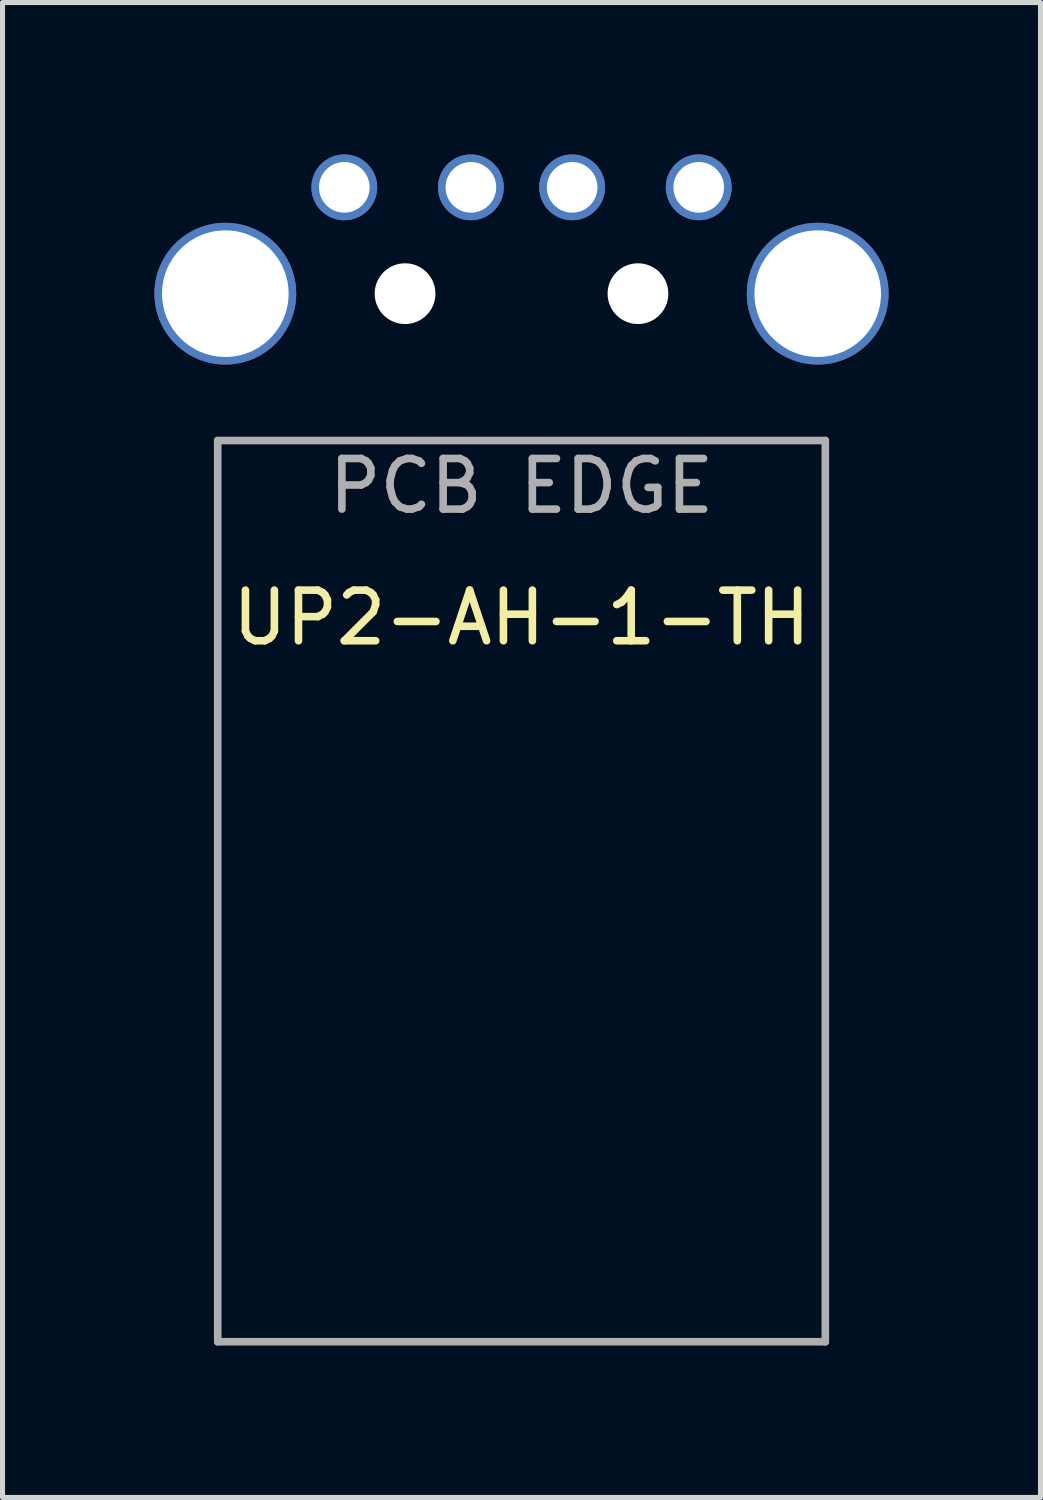
<source format=kicad_pcb>
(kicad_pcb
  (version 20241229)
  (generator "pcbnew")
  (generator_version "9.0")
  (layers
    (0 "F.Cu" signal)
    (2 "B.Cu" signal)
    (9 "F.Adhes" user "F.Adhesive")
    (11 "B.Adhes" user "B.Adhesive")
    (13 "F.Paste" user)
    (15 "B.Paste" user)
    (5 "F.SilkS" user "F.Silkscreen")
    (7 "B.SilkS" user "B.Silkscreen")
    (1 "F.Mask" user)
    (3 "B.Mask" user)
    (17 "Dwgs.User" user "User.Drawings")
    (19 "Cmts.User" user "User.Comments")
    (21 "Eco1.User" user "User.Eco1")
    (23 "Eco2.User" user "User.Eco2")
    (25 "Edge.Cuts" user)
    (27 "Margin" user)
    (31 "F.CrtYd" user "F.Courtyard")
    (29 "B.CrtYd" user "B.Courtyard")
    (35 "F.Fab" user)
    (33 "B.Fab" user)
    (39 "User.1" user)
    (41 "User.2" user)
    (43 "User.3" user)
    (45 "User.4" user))
  (footprint "UP2-AH-1-TH"
    (layer "F.Cu")
    (at 7.25 2.75)
    (property "Reference" "UP2-AH-1-TH" (at 0 6.4 0) (layer "F.SilkS") (effects (font (size 1 1) (thickness 0.15))))
    (attr through_hole)
    (fp_line (start -6 2.9) (end -6 20.7) (stroke (width 0.15) (type solid)) (layer "F.Fab"))
    (fp_line (start -6 2.9) (end 6 2.9) (stroke (width 0.15) (type solid)) (layer "F.Fab"))
    (fp_line (start -6 20.7) (end 6 20.7) (stroke (width 0.15) (type solid)) (layer "F.Fab"))
    (fp_line (start 6 2.9) (end 6 20.7) (stroke (width 0.15) (type solid)) (layer "F.Fab"))
    (fp_text user "PCB EDGE" (at 0 3.8 0) (layer "F.Fab") (effects (font (size 1 1) (thickness 0.15))))
    (pad "" np_thru_hole circle (at -2.3 0) (size 1.2 1.2) (drill 1.2) (layers "*.Cu" "*.Mask"))
    (pad "" np_thru_hole circle (at 2.3 0) (size 1.2 1.2) (drill 1.2) (layers "*.Cu" "*.Mask"))
    (pad "1" thru_hole circle (at 3.5 -2.1) (size 1.3 1.3) (drill 1) (layers "*.Cu" "*.Mask"))
    (pad "2" thru_hole circle (at 1 -2.1) (size 1.3 1.3) (drill 1) (layers "*.Cu" "*.Mask"))
    (pad "3" thru_hole circle (at -1 -2.1) (size 1.3 1.3) (drill 1) (layers "*.Cu" "*.Mask"))
    (pad "4" thru_hole circle (at -3.5 -2.1) (size 1.3 1.3) (drill 1) (layers "*.Cu" "*.Mask"))
    (pad "5" thru_hole circle (at -5.85 0) (size 2.8 2.8) (drill 2.5) (layers "*.Cu" "*.Mask"))
    (pad "5" thru_hole circle (at 5.85 0) (size 2.8 2.8) (drill 2.5) (layers "*.Cu" "*.Mask")))
  (gr_rect
    (start -3 -3)
    (end 17.5 26.525)
    (stroke (width 0.1) (type default))
    (fill no)
    (layer "Edge.Cuts")))
</source>
